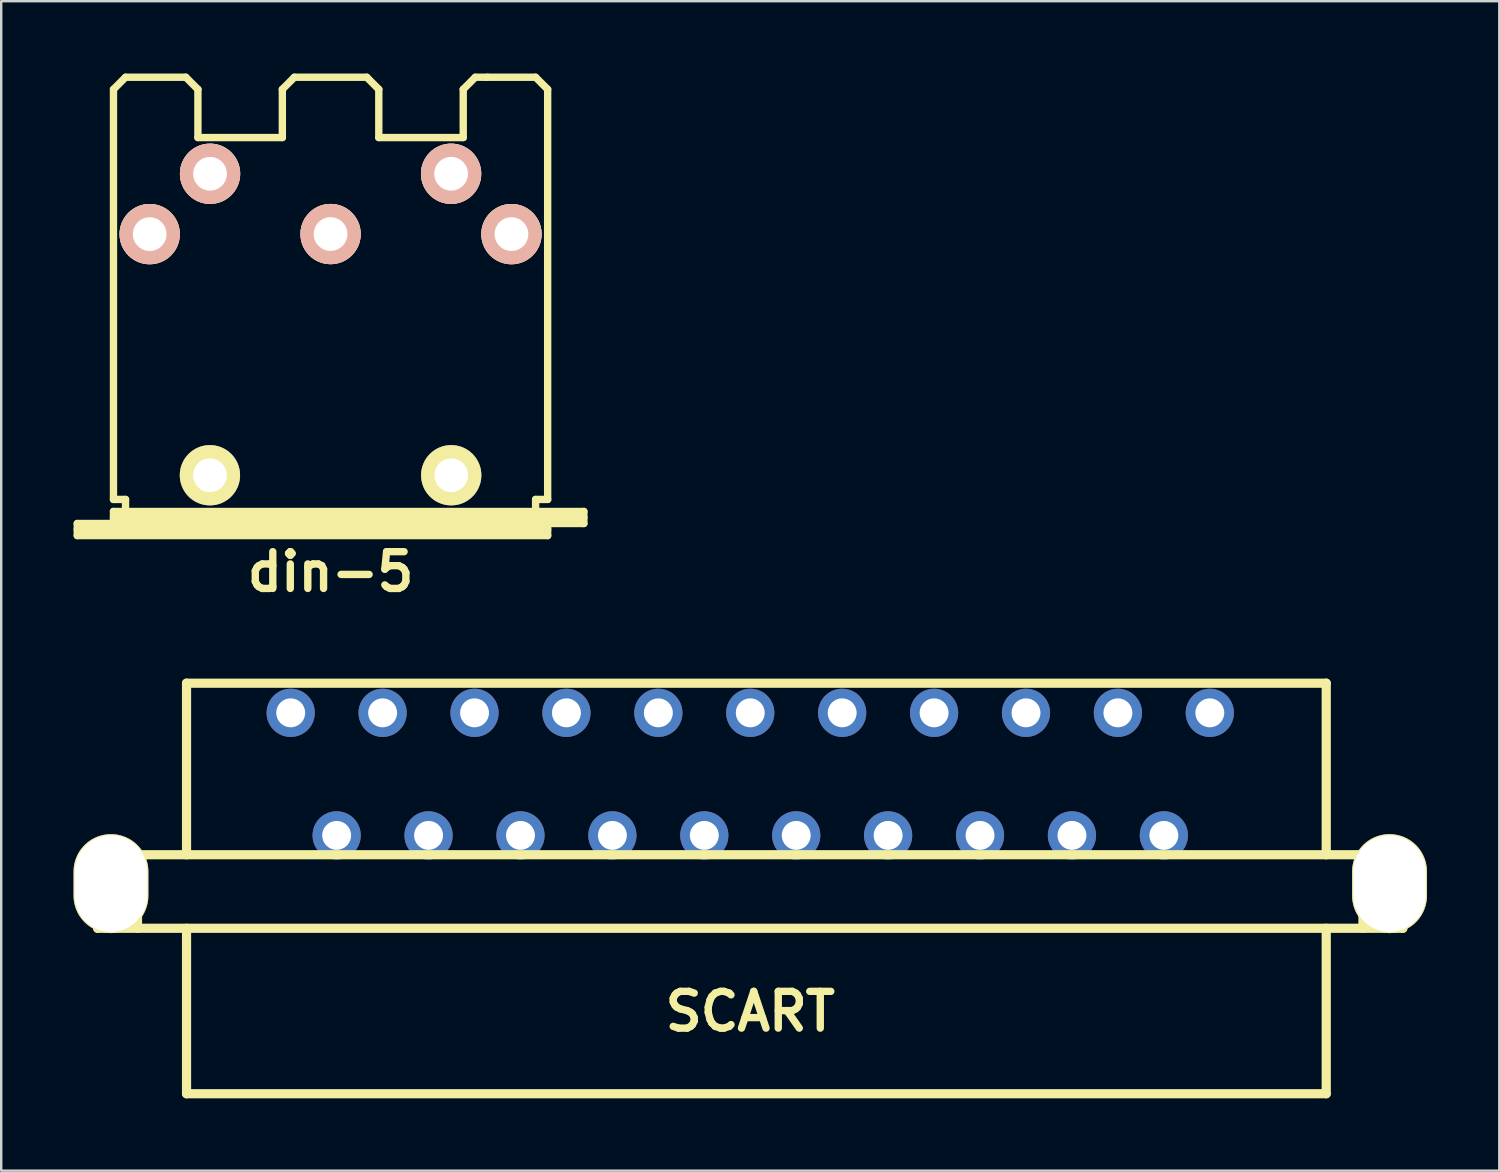
<source format=kicad_pcb>
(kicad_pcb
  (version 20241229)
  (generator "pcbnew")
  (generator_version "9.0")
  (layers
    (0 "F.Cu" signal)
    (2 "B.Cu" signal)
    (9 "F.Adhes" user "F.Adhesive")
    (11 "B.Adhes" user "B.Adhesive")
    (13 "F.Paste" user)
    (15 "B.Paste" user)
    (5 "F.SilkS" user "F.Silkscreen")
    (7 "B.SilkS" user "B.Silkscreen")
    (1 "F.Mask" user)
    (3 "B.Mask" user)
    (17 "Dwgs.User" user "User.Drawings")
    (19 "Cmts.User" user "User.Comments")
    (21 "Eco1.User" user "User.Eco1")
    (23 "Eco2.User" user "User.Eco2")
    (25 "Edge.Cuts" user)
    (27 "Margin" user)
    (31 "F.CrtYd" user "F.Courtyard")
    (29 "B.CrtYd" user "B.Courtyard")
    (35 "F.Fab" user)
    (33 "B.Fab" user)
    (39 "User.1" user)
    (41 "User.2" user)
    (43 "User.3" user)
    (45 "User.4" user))
  (footprint "SCART"
    (layer "F.Cu")
    (at 28.05 33.779)
    (property "Reference" "SCART" (at 0 5.1 0) (layer "F.SilkS") (effects (font (size 1.524 1.524) (thickness 0.305))))
    (attr through_hole)
    (fp_line (start -27.051 -1.397) (end -27.051 1.651) (stroke (width 0.381) (type solid)) (layer "F.SilkS"))
    (fp_line (start -27.051 -1.397) (end 27.051 -1.397) (stroke (width 0.381) (type solid)) (layer "F.SilkS"))
    (fp_line (start -25.4 -1.397) (end -25.4 1.651) (stroke (width 0.381) (type solid)) (layer "F.SilkS"))
    (fp_line (start -23.368 -8.509) (end 23.876 -8.509) (stroke (width 0.381) (type solid)) (layer "F.SilkS"))
    (fp_line (start -23.368 -1.397) (end -23.368 -8.509) (stroke (width 0.381) (type solid)) (layer "F.SilkS"))
    (fp_line (start -23.368 8.509) (end -23.368 1.651) (stroke (width 0.381) (type solid)) (layer "F.SilkS"))
    (fp_line (start -23.368 8.509) (end 23.876 8.509) (stroke (width 0.381) (type solid)) (layer "F.SilkS"))
    (fp_line (start 23.876 -8.509) (end 23.876 -1.397) (stroke (width 0.381) (type solid)) (layer "F.SilkS"))
    (fp_line (start 23.876 8.509) (end 23.876 1.651) (stroke (width 0.381) (type solid)) (layer "F.SilkS"))
    (fp_line (start 25.4 -1.397) (end 25.4 1.651) (stroke (width 0.381) (type solid)) (layer "F.SilkS"))
    (fp_line (start 27.051 -1.397) (end 27.051 1.651) (stroke (width 0.381) (type solid)) (layer "F.SilkS"))
    (fp_line (start 27.051 1.651) (end -27.051 1.651) (stroke (width 0.381) (type solid)) (layer "F.SilkS"))
    (pad "" np_thru_hole oval (at -26.5 -0.201) (size 3.1 4.1) (drill oval 3 4) (layers "*.Cu" "*.Mask" "F.SilkS"))
    (pad "" np_thru_hole oval (at 26.5 -0.201) (size 3.1 4.1) (drill oval 3 4) (layers "*.Cu" "*.Mask" "F.SilkS"))
    (pad "1" thru_hole circle (at 19.05 -7.28) (size 1.999 1.999) (drill 1.199) (layers "*.Cu" "*.Mask"))
    (pad "2" thru_hole circle (at 17.145 -2.2) (size 1.999 1.999) (drill 1.199) (layers "*.Cu" "*.Mask"))
    (pad "3" thru_hole circle (at 15.24 -7.28) (size 1.999 1.999) (drill 1.199) (layers "*.Cu" "*.Mask"))
    (pad "4" thru_hole circle (at 13.335 -2.2) (size 1.999 1.999) (drill 1.199) (layers "*.Cu" "*.Mask"))
    (pad "5" thru_hole circle (at 11.43 -7.28) (size 1.999 1.999) (drill 1.199) (layers "*.Cu" "*.Mask"))
    (pad "6" thru_hole circle (at 9.525 -2.2) (size 1.999 1.999) (drill 1.199) (layers "*.Cu" "*.Mask"))
    (pad "7" thru_hole circle (at 7.62 -7.28) (size 1.999 1.999) (drill 1.199) (layers "*.Cu" "*.Mask"))
    (pad "8" thru_hole circle (at 5.715 -2.2) (size 1.999 1.999) (drill 1.199) (layers "*.Cu" "*.Mask"))
    (pad "9" thru_hole circle (at 3.81 -7.28) (size 1.999 1.999) (drill 1.199) (layers "*.Cu" "*.Mask"))
    (pad "10" thru_hole circle (at 1.905 -2.2) (size 1.999 1.999) (drill 1.199) (layers "*.Cu" "*.Mask"))
    (pad "11" thru_hole circle (at 0 -7.28) (size 1.999 1.999) (drill 1.199) (layers "*.Cu" "*.Mask"))
    (pad "12" thru_hole circle (at -1.905 -2.2) (size 1.999 1.999) (drill 1.199) (layers "*.Cu" "*.Mask"))
    (pad "13" thru_hole circle (at -3.81 -7.28) (size 1.999 1.999) (drill 1.199) (layers "*.Cu" "*.Mask"))
    (pad "14" thru_hole circle (at -5.715 -2.2) (size 1.999 1.999) (drill 1.199) (layers "*.Cu" "*.Mask"))
    (pad "15" thru_hole circle (at -7.62 -7.28) (size 1.999 1.999) (drill 1.199) (layers "*.Cu" "*.Mask"))
    (pad "16" thru_hole circle (at -9.525 -2.2) (size 1.999 1.999) (drill 1.199) (layers "*.Cu" "*.Mask"))
    (pad "17" thru_hole circle (at -11.43 -7.28) (size 1.999 1.999) (drill 1.199) (layers "*.Cu" "*.Mask"))
    (pad "18" thru_hole circle (at -13.335 -2.2) (size 1.999 1.999) (drill 1.199) (layers "*.Cu" "*.Mask"))
    (pad "19" thru_hole circle (at -15.24 -7.28) (size 1.999 1.999) (drill 1.199) (layers "*.Cu" "*.Mask"))
    (pad "20" thru_hole circle (at -17.145 -2.2) (size 1.999 1.999) (drill 1.199) (layers "*.Cu" "*.Mask"))
    (pad "21" thru_hole circle (at -19.05 -7.28) (size 1.999 1.999) (drill 1.199) (layers "*.Cu" "*.Mask")))
  (footprint "din-5"
    (layer "F.Cu")
    (at 10.653 9.652)
    (property "Reference" "din-5" (at 0 11.001 0) (layer "F.SilkS") (effects (font (size 1.524 1.524) (thickness 0.305))))
    (attr through_hole)
    (fp_line (start -10.5 8.999) (end -8.999 8.999) (stroke (width 0.305) (type solid)) (layer "F.SilkS"))
    (fp_line (start -10.5 9.251) (end 8.999 9.251) (stroke (width 0.305) (type solid)) (layer "F.SilkS"))
    (fp_line (start -10.5 9.5) (end -10.5 8.999) (stroke (width 0.305) (type solid)) (layer "F.SilkS"))
    (fp_line (start -8.999 -8.999) (end -8.999 8.001) (stroke (width 0.305) (type solid)) (layer "F.SilkS"))
    (fp_line (start -8.999 -8.999) (end -8.499 -9.5) (stroke (width 0.305) (type solid)) (layer "F.SilkS"))
    (fp_line (start -8.999 8.001) (end -8.499 8.001) (stroke (width 0.305) (type solid)) (layer "F.SilkS"))
    (fp_line (start -8.999 8.499) (end 10.5 8.499) (stroke (width 0.305) (type solid)) (layer "F.SilkS"))
    (fp_line (start -8.999 8.75) (end 10.5 8.75) (stroke (width 0.305) (type solid)) (layer "F.SilkS"))
    (fp_line (start -8.999 8.999) (end -8.999 8.499) (stroke (width 0.305) (type solid)) (layer "F.SilkS"))
    (fp_line (start -8.499 -9.5) (end -5.999 -9.5) (stroke (width 0.305) (type solid)) (layer "F.SilkS"))
    (fp_line (start -8.499 8.001) (end -8.499 8.499) (stroke (width 0.305) (type solid)) (layer "F.SilkS"))
    (fp_line (start -5.999 -9.5) (end -5.499 -8.999) (stroke (width 0.305) (type solid)) (layer "F.SilkS"))
    (fp_line (start -5.499 -8.999) (end -5.499 -7) (stroke (width 0.305) (type solid)) (layer "F.SilkS"))
    (fp_line (start -5.499 -7) (end -1.999 -7) (stroke (width 0.305) (type solid)) (layer "F.SilkS"))
    (fp_line (start -1.999 -8.999) (end -1.999 -7) (stroke (width 0.305) (type solid)) (layer "F.SilkS"))
    (fp_line (start -1.501 -9.5) (end -1.999 -8.999) (stroke (width 0.305) (type solid)) (layer "F.SilkS"))
    (fp_line (start -1.501 -9.5) (end 1.501 -9.5) (stroke (width 0.305) (type solid)) (layer "F.SilkS"))
    (fp_line (start 1.501 -9.5) (end 1.999 -8.999) (stroke (width 0.305) (type solid)) (layer "F.SilkS"))
    (fp_line (start 1.999 -8.999) (end 1.999 -7) (stroke (width 0.305) (type solid)) (layer "F.SilkS"))
    (fp_line (start 5.499 -8.999) (end 5.499 -7) (stroke (width 0.305) (type solid)) (layer "F.SilkS"))
    (fp_line (start 5.499 -7) (end 1.999 -7) (stroke (width 0.305) (type solid)) (layer "F.SilkS"))
    (fp_line (start 5.999 -9.5) (end 5.499 -8.999) (stroke (width 0.305) (type solid)) (layer "F.SilkS"))
    (fp_line (start 6.5 -9.5) (end 5.999 -9.5) (stroke (width 0.305) (type solid)) (layer "F.SilkS"))
    (fp_line (start 8.499 -9.5) (end 6.5 -9.5) (stroke (width 0.305) (type solid)) (layer "F.SilkS"))
    (fp_line (start 8.499 8.499) (end 8.499 8.001) (stroke (width 0.305) (type solid)) (layer "F.SilkS"))
    (fp_line (start 8.999 -8.999) (end 8.499 -9.5) (stroke (width 0.305) (type solid)) (layer "F.SilkS"))
    (fp_line (start 8.999 -8.999) (end 8.999 8.001) (stroke (width 0.305) (type solid)) (layer "F.SilkS"))
    (fp_line (start 8.999 8.001) (end 8.499 8.001) (stroke (width 0.305) (type solid)) (layer "F.SilkS"))
    (fp_line (start 8.999 8.999) (end -8.999 8.999) (stroke (width 0.305) (type solid)) (layer "F.SilkS"))
    (fp_line (start 8.999 8.999) (end 8.999 9.5) (stroke (width 0.305) (type solid)) (layer "F.SilkS"))
    (fp_line (start 8.999 9.5) (end -10.5 9.5) (stroke (width 0.305) (type solid)) (layer "F.SilkS"))
    (fp_line (start 10.5 8.499) (end 10.5 8.999) (stroke (width 0.305) (type solid)) (layer "F.SilkS"))
    (fp_line (start 10.5 8.999) (end 8.999 8.999) (stroke (width 0.305) (type solid)) (layer "F.SilkS"))
    (pad "" np_thru_hole circle (at -5.001 6.998) (size 2.499 2.499) (drill 1.397) (layers "*.Cu" "*.Mask" "F.SilkS"))
    (pad "" np_thru_hole circle (at 5.001 6.998) (size 2.499 2.499) (drill 1.397) (layers "*.Cu" "*.Mask" "F.SilkS"))
    (pad "1" thru_hole circle (at 7.498 -2.997) (size 2.499 2.499) (drill 1.397) (layers "*.Cu" "*.SilkS" "*.Mask"))
    (pad "2" thru_hole circle (at 0 -3) (size 2.499 2.499) (drill 1.397) (layers "*.Cu" "*.SilkS" "*.Mask"))
    (pad "3" thru_hole circle (at -7.498 -2.997) (size 2.499 2.499) (drill 1.397) (layers "*.Cu" "*.SilkS" "*.Mask"))
    (pad "4" thru_hole circle (at 4.996 -5.499) (size 2.499 2.499) (drill 1.397) (layers "*.Cu" "*.SilkS" "*.Mask"))
    (pad "5" thru_hole circle (at -4.996 -5.499) (size 2.499 2.499) (drill 1.397) (layers "*.Cu" "*.SilkS" "*.Mask")))
  (gr_rect
    (start -3 -3)
    (end 59.1 45.478)
    (stroke (width 0.1) (type default))
    (fill no)
    (layer "Edge.Cuts")))
</source>
